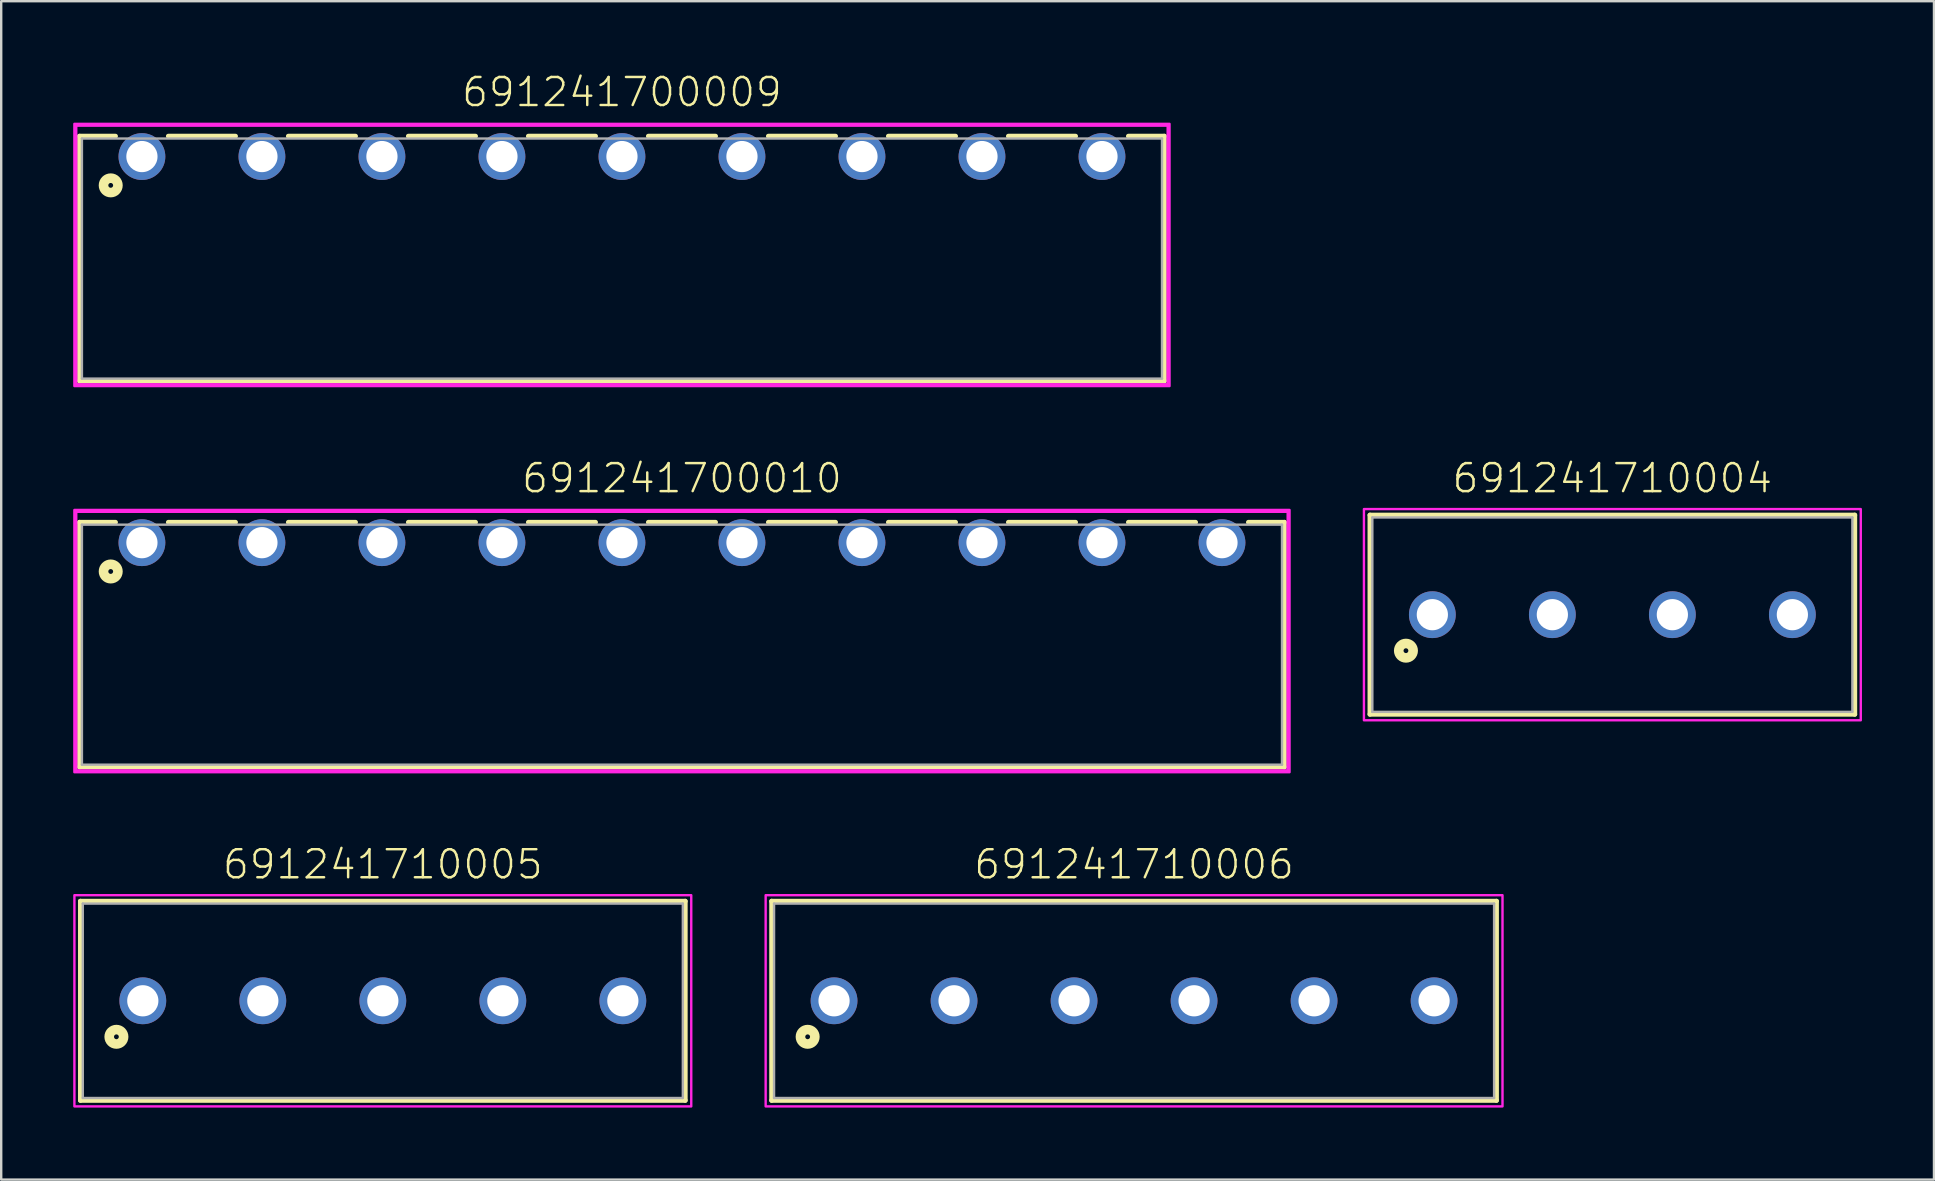
<source format=kicad_pcb>
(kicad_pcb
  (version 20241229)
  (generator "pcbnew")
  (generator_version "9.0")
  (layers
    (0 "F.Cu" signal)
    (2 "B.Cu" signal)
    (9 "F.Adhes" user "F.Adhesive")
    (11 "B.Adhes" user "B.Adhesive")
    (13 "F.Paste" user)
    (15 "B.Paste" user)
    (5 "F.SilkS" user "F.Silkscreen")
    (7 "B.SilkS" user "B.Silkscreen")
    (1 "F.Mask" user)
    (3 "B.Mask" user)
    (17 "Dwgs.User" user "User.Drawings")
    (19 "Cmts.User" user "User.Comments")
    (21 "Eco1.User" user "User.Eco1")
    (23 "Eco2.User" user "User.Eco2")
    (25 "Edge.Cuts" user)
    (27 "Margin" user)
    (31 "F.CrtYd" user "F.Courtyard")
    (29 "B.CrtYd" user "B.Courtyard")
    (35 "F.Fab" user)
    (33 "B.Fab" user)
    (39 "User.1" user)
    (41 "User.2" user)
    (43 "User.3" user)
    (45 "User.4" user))
  (footprint "691241700010"
    (layer "F.Cu")
    (at 25.363 19.56)
    (property "Reference" "691241700010" (at 0 -2 0) (unlocked yes) (layer "F.SilkS") (effects (font (size 1.168 1.168) (thickness 0.102)) (justify bottom)))
    (fp_line (start -25.1 -0.85) (end -23.6 -0.85) (stroke (width 0.2) (type solid)) (layer "F.SilkS"))
    (fp_line (start -25.1 9.35) (end -25.1 -0.85) (stroke (width 0.2) (type solid)) (layer "F.SilkS"))
    (fp_line (start -21.4 -0.85) (end -18.6 -0.85) (stroke (width 0.2) (type solid)) (layer "F.SilkS"))
    (fp_line (start -16.4 -0.85) (end -13.6 -0.85) (stroke (width 0.2) (type solid)) (layer "F.SilkS"))
    (fp_line (start -11.4 -0.85) (end -8.6 -0.85) (stroke (width 0.2) (type solid)) (layer "F.SilkS"))
    (fp_line (start -6.4 -0.85) (end -3.6 -0.85) (stroke (width 0.2) (type solid)) (layer "F.SilkS"))
    (fp_line (start -1.4 -0.85) (end 1.4 -0.85) (stroke (width 0.2) (type solid)) (layer "F.SilkS"))
    (fp_line (start 3.6 -0.85) (end 6.4 -0.85) (stroke (width 0.2) (type solid)) (layer "F.SilkS"))
    (fp_line (start 8.6 -0.85) (end 11.4 -0.85) (stroke (width 0.2) (type solid)) (layer "F.SilkS"))
    (fp_line (start 13.6 -0.85) (end 16.4 -0.85) (stroke (width 0.2) (type solid)) (layer "F.SilkS"))
    (fp_line (start 18.6 -0.85) (end 21.4 -0.85) (stroke (width 0.2) (type solid)) (layer "F.SilkS"))
    (fp_line (start 23.6 -0.85) (end 25.1 -0.85) (stroke (width 0.2) (type solid)) (layer "F.SilkS"))
    (fp_line (start 25.1 -0.85) (end 25.1 9.35) (stroke (width 0.2) (type solid)) (layer "F.SilkS"))
    (fp_line (start 25.1 9.35) (end -25.1 9.35) (stroke (width 0.2) (type solid)) (layer "F.SilkS"))
    (fp_circle (center -23.8 1.2) (end -23.7 1.2) (stroke (width 0.4) (type solid)) (fill no) (layer "F.SilkS"))
    (fp_line (start -25.25 -1.3) (end 25.25 -1.3) (stroke (width 0.127) (type solid)) (layer "F.CrtYd"))
    (fp_line (start -25.25 9.5) (end -25.25 -1.3) (stroke (width 0.127) (type solid)) (layer "F.CrtYd"))
    (fp_line (start 25.25 -1.3) (end 25.25 9.5) (stroke (width 0.127) (type solid)) (layer "F.CrtYd"))
    (fp_line (start 25.25 9.5) (end -25.25 9.5) (stroke (width 0.127) (type solid)) (layer "F.CrtYd"))
    (fp_poly (pts (xy 25.314 9.563) (xy -25.314 9.563) (xy -25.314 -1.363) (xy 25.314 -1.363)) (stroke (width 0.1) (type default)) (fill no) (layer "F.CrtYd"))
    (fp_line (start -25 -0.75) (end 25 -0.75) (stroke (width 0.1) (type solid)) (layer "F.Fab"))
    (fp_line (start -25 9.25) (end -25 -0.75) (stroke (width 0.1) (type solid)) (layer "F.Fab"))
    (fp_line (start 25 -0.75) (end 25 9.25) (stroke (width 0.1) (type solid)) (layer "F.Fab"))
    (fp_line (start 25 9.25) (end -25 9.25) (stroke (width 0.1) (type solid)) (layer "F.Fab"))
    (pad "1" thru_hole circle (at -22.5 0) (size 1.95 1.95) (drill 1.3) (layers "*.Cu" "*.Mask"))
    (pad "2" thru_hole circle (at -17.5 0) (size 1.95 1.95) (drill 1.3) (layers "*.Cu" "*.Mask"))
    (pad "3" thru_hole circle (at -12.5 0) (size 1.95 1.95) (drill 1.3) (layers "*.Cu" "*.Mask"))
    (pad "4" thru_hole circle (at -7.5 0) (size 1.95 1.95) (drill 1.3) (layers "*.Cu" "*.Mask"))
    (pad "5" thru_hole circle (at -2.5 0) (size 1.95 1.95) (drill 1.3) (layers "*.Cu" "*.Mask"))
    (pad "6" thru_hole circle (at 2.5 0) (size 1.95 1.95) (drill 1.3) (layers "*.Cu" "*.Mask"))
    (pad "7" thru_hole circle (at 7.5 0) (size 1.95 1.95) (drill 1.3) (layers "*.Cu" "*.Mask"))
    (pad "8" thru_hole circle (at 12.5 0) (size 1.95 1.95) (drill 1.3) (layers "*.Cu" "*.Mask"))
    (pad "9" thru_hole circle (at 17.5 0) (size 1.95 1.95) (drill 1.3) (layers "*.Cu" "*.Mask"))
    (pad "10" thru_hole circle (at 22.5 0) (size 1.95 1.95) (drill 1.3) (layers "*.Cu" "*.Mask")))
  (footprint "691241710005"
    (layer "F.Cu")
    (at 12.9 38.647)
    (property "Reference" "691241710005" (at 0 -5 0) (unlocked yes) (layer "F.SilkS") (effects (font (size 1.168 1.168) (thickness 0.102)) (justify bottom)))
    (fp_line (start -12.6 -4.15) (end 12.6 -4.15) (stroke (width 0.2) (type solid)) (layer "F.SilkS"))
    (fp_line (start -12.6 4.15) (end -12.6 -4.15) (stroke (width 0.2) (type solid)) (layer "F.SilkS"))
    (fp_line (start 12.6 -4.15) (end 12.6 4.15) (stroke (width 0.2) (type solid)) (layer "F.SilkS"))
    (fp_line (start 12.6 4.15) (end -12.6 4.15) (stroke (width 0.2) (type solid)) (layer "F.SilkS"))
    (fp_circle (center -11.1 1.5) (end -11 1.5) (stroke (width 0.4) (type solid)) (fill no) (layer "F.SilkS"))
    (fp_poly (pts (xy 12.85 4.4) (xy -12.85 4.4) (xy -12.85 -4.4) (xy 12.85 -4.4)) (stroke (width 0.1) (type default)) (fill no) (layer "F.CrtYd"))
    (fp_line (start -12.5 -4.05) (end -12.5 4.05) (stroke (width 0.1) (type solid)) (layer "F.Fab"))
    (fp_line (start -12.5 -4.05) (end 12.5 -4.05) (stroke (width 0.1) (type solid)) (layer "F.Fab"))
    (fp_line (start 12.5 -4.05) (end 12.5 4.05) (stroke (width 0.1) (type solid)) (layer "F.Fab"))
    (fp_line (start 12.5 4.05) (end -12.5 4.05) (stroke (width 0.1) (type solid)) (layer "F.Fab"))
    (pad "1" thru_hole circle (at -10 0) (size 1.95 1.95) (drill 1.3) (layers "*.Cu" "*.Mask"))
    (pad "2" thru_hole circle (at -5 0) (size 1.95 1.95) (drill 1.3) (layers "*.Cu" "*.Mask"))
    (pad "3" thru_hole circle (at 0 0) (size 1.95 1.95) (drill 1.3) (layers "*.Cu" "*.Mask"))
    (pad "4" thru_hole circle (at 5 0) (size 1.95 1.95) (drill 1.3) (layers "*.Cu" "*.Mask"))
    (pad "5" thru_hole circle (at 10 0) (size 1.95 1.95) (drill 1.3) (layers "*.Cu" "*.Mask")))
  (footprint "691241710004"
    (layer "F.Cu")
    (at 64.127 22.56)
    (property "Reference" "691241710004" (at 0 -5 0) (unlocked yes) (layer "F.SilkS") (effects (font (size 1.168 1.168) (thickness 0.102)) (justify bottom)))
    (fp_line (start -10.1 -4.15) (end 10.1 -4.15) (stroke (width 0.2) (type solid)) (layer "F.SilkS"))
    (fp_line (start -10.1 4.15) (end -10.1 -4.15) (stroke (width 0.2) (type solid)) (layer "F.SilkS"))
    (fp_line (start 10.1 -4.15) (end 10.1 4.15) (stroke (width 0.2) (type solid)) (layer "F.SilkS"))
    (fp_line (start 10.1 4.15) (end -10.1 4.15) (stroke (width 0.2) (type solid)) (layer "F.SilkS"))
    (fp_circle (center -8.6 1.5) (end -8.5 1.5) (stroke (width 0.4) (type solid)) (fill no) (layer "F.SilkS"))
    (fp_poly (pts (xy 10.35 4.4) (xy -10.35 4.4) (xy -10.35 -4.4) (xy 10.35 -4.4)) (stroke (width 0.1) (type default)) (fill no) (layer "F.CrtYd"))
    (fp_line (start -10 -4.05) (end -10 4.05) (stroke (width 0.1) (type solid)) (layer "F.Fab"))
    (fp_line (start -10 -4.05) (end 10 -4.05) (stroke (width 0.1) (type solid)) (layer "F.Fab"))
    (fp_line (start 10 -4.05) (end 10 4.05) (stroke (width 0.1) (type solid)) (layer "F.Fab"))
    (fp_line (start 10 4.05) (end -10 4.05) (stroke (width 0.1) (type solid)) (layer "F.Fab"))
    (pad "1" thru_hole circle (at -7.5 0) (size 1.95 1.95) (drill 1.3) (layers "*.Cu" "*.Mask"))
    (pad "2" thru_hole circle (at -2.5 0) (size 1.95 1.95) (drill 1.3) (layers "*.Cu" "*.Mask"))
    (pad "3" thru_hole circle (at 2.5 0) (size 1.95 1.95) (drill 1.3) (layers "*.Cu" "*.Mask"))
    (pad "4" thru_hole circle (at 7.5 0) (size 1.95 1.95) (drill 1.3) (layers "*.Cu" "*.Mask")))
  (footprint "691241710006"
    (layer "F.Cu")
    (at 44.2 38.647)
    (property "Reference" "691241710006" (at 0 -5 0) (unlocked yes) (layer "F.SilkS") (effects (font (size 1.168 1.168) (thickness 0.102)) (justify bottom)))
    (fp_line (start -15.1 -4.15) (end 15.1 -4.15) (stroke (width 0.2) (type solid)) (layer "F.SilkS"))
    (fp_line (start -15.1 4.15) (end -15.1 -4.15) (stroke (width 0.2) (type solid)) (layer "F.SilkS"))
    (fp_line (start 15.1 -4.15) (end 15.1 4.15) (stroke (width 0.2) (type solid)) (layer "F.SilkS"))
    (fp_line (start 15.1 4.15) (end -15.1 4.15) (stroke (width 0.2) (type solid)) (layer "F.SilkS"))
    (fp_circle (center -13.6 1.5) (end -13.5 1.5) (stroke (width 0.4) (type solid)) (fill no) (layer "F.SilkS"))
    (fp_poly (pts (xy 15.35 4.4) (xy -15.35 4.4) (xy -15.35 -4.4) (xy 15.35 -4.4)) (stroke (width 0.1) (type default)) (fill no) (layer "F.CrtYd"))
    (fp_line (start -15 -4.05) (end -15 4.05) (stroke (width 0.1) (type solid)) (layer "F.Fab"))
    (fp_line (start -15 -4.05) (end 15 -4.05) (stroke (width 0.1) (type solid)) (layer "F.Fab"))
    (fp_line (start 15 -4.05) (end 15 4.05) (stroke (width 0.1) (type solid)) (layer "F.Fab"))
    (fp_line (start 15 4.05) (end -15 4.05) (stroke (width 0.1) (type solid)) (layer "F.Fab"))
    (pad "1" thru_hole circle (at -12.5 0) (size 1.95 1.95) (drill 1.3) (layers "*.Cu" "*.Mask"))
    (pad "2" thru_hole circle (at -7.5 0) (size 1.95 1.95) (drill 1.3) (layers "*.Cu" "*.Mask"))
    (pad "3" thru_hole circle (at -2.5 0) (size 1.95 1.95) (drill 1.3) (layers "*.Cu" "*.Mask"))
    (pad "4" thru_hole circle (at 2.5 0) (size 1.95 1.95) (drill 1.3) (layers "*.Cu" "*.Mask"))
    (pad "5" thru_hole circle (at 7.5 0) (size 1.95 1.95) (drill 1.3) (layers "*.Cu" "*.Mask"))
    (pad "6" thru_hole circle (at 12.5 0) (size 1.95 1.95) (drill 1.3) (layers "*.Cu" "*.Mask")))
  (footprint "691241700009"
    (layer "F.Cu")
    (at 22.863 3.473)
    (property "Reference" "691241700009" (at 0 -2 0) (unlocked yes) (layer "F.SilkS") (effects (font (size 1.168 1.168) (thickness 0.102)) (justify bottom)))
    (fp_line (start -22.6 -0.85) (end -21.1 -0.85) (stroke (width 0.2) (type solid)) (layer "F.SilkS"))
    (fp_line (start -22.6 9.35) (end -22.6 -0.85) (stroke (width 0.2) (type solid)) (layer "F.SilkS"))
    (fp_line (start -18.9 -0.85) (end -16.1 -0.85) (stroke (width 0.2) (type solid)) (layer "F.SilkS"))
    (fp_line (start -13.9 -0.85) (end -11.1 -0.85) (stroke (width 0.2) (type solid)) (layer "F.SilkS"))
    (fp_line (start -8.9 -0.85) (end -6.1 -0.85) (stroke (width 0.2) (type solid)) (layer "F.SilkS"))
    (fp_line (start -3.9 -0.85) (end -1.1 -0.85) (stroke (width 0.2) (type solid)) (layer "F.SilkS"))
    (fp_line (start 1.1 -0.85) (end 3.9 -0.85) (stroke (width 0.2) (type solid)) (layer "F.SilkS"))
    (fp_line (start 6.1 -0.85) (end 8.9 -0.85) (stroke (width 0.2) (type solid)) (layer "F.SilkS"))
    (fp_line (start 11.1 -0.85) (end 13.9 -0.85) (stroke (width 0.2) (type solid)) (layer "F.SilkS"))
    (fp_line (start 16.1 -0.85) (end 18.9 -0.85) (stroke (width 0.2) (type solid)) (layer "F.SilkS"))
    (fp_line (start 21.1 -0.85) (end 22.6 -0.85) (stroke (width 0.2) (type solid)) (layer "F.SilkS"))
    (fp_line (start 22.6 -0.85) (end 22.6 9.35) (stroke (width 0.2) (type solid)) (layer "F.SilkS"))
    (fp_line (start 22.6 9.35) (end -22.6 9.35) (stroke (width 0.2) (type solid)) (layer "F.SilkS"))
    (fp_circle (center -21.3 1.2) (end -21.2 1.2) (stroke (width 0.4) (type solid)) (fill no) (layer "F.SilkS"))
    (fp_line (start -22.75 -1.3) (end 22.75 -1.3) (stroke (width 0.127) (type solid)) (layer "F.CrtYd"))
    (fp_line (start -22.75 9.5) (end -22.75 -1.3) (stroke (width 0.127) (type solid)) (layer "F.CrtYd"))
    (fp_line (start 22.75 -1.3) (end 22.75 9.5) (stroke (width 0.127) (type solid)) (layer "F.CrtYd"))
    (fp_line (start 22.75 9.5) (end -22.75 9.5) (stroke (width 0.127) (type solid)) (layer "F.CrtYd"))
    (fp_poly (pts (xy 22.814 9.563) (xy -22.814 9.563) (xy -22.814 -1.363) (xy 22.814 -1.363)) (stroke (width 0.1) (type default)) (fill no) (layer "F.CrtYd"))
    (fp_line (start -22.5 -0.75) (end 22.5 -0.75) (stroke (width 0.1) (type solid)) (layer "F.Fab"))
    (fp_line (start -22.5 9.25) (end -22.5 -0.75) (stroke (width 0.1) (type solid)) (layer "F.Fab"))
    (fp_line (start 22.5 -0.75) (end 22.5 9.25) (stroke (width 0.1) (type solid)) (layer "F.Fab"))
    (fp_line (start 22.5 9.25) (end -22.5 9.25) (stroke (width 0.1) (type solid)) (layer "F.Fab"))
    (pad "1" thru_hole circle (at -20 0) (size 1.95 1.95) (drill 1.3) (layers "*.Cu" "*.Mask"))
    (pad "2" thru_hole circle (at -15 0) (size 1.95 1.95) (drill 1.3) (layers "*.Cu" "*.Mask"))
    (pad "3" thru_hole circle (at -10 0) (size 1.95 1.95) (drill 1.3) (layers "*.Cu" "*.Mask"))
    (pad "4" thru_hole circle (at -5 0) (size 1.95 1.95) (drill 1.3) (layers "*.Cu" "*.Mask"))
    (pad "5" thru_hole circle (at 0 0) (size 1.95 1.95) (drill 1.3) (layers "*.Cu" "*.Mask"))
    (pad "6" thru_hole circle (at 5 0) (size 1.95 1.95) (drill 1.3) (layers "*.Cu" "*.Mask"))
    (pad "7" thru_hole circle (at 10 0) (size 1.95 1.95) (drill 1.3) (layers "*.Cu" "*.Mask"))
    (pad "8" thru_hole circle (at 15 0) (size 1.95 1.95) (drill 1.3) (layers "*.Cu" "*.Mask"))
    (pad "9" thru_hole circle (at 20 0) (size 1.95 1.95) (drill 1.3) (layers "*.Cu" "*.Mask")))
  (gr_rect
    (start -3 -3)
    (end 77.527 46.097)
    (stroke (width 0.1) (type default))
    (fill no)
    (layer "Edge.Cuts")))
</source>
